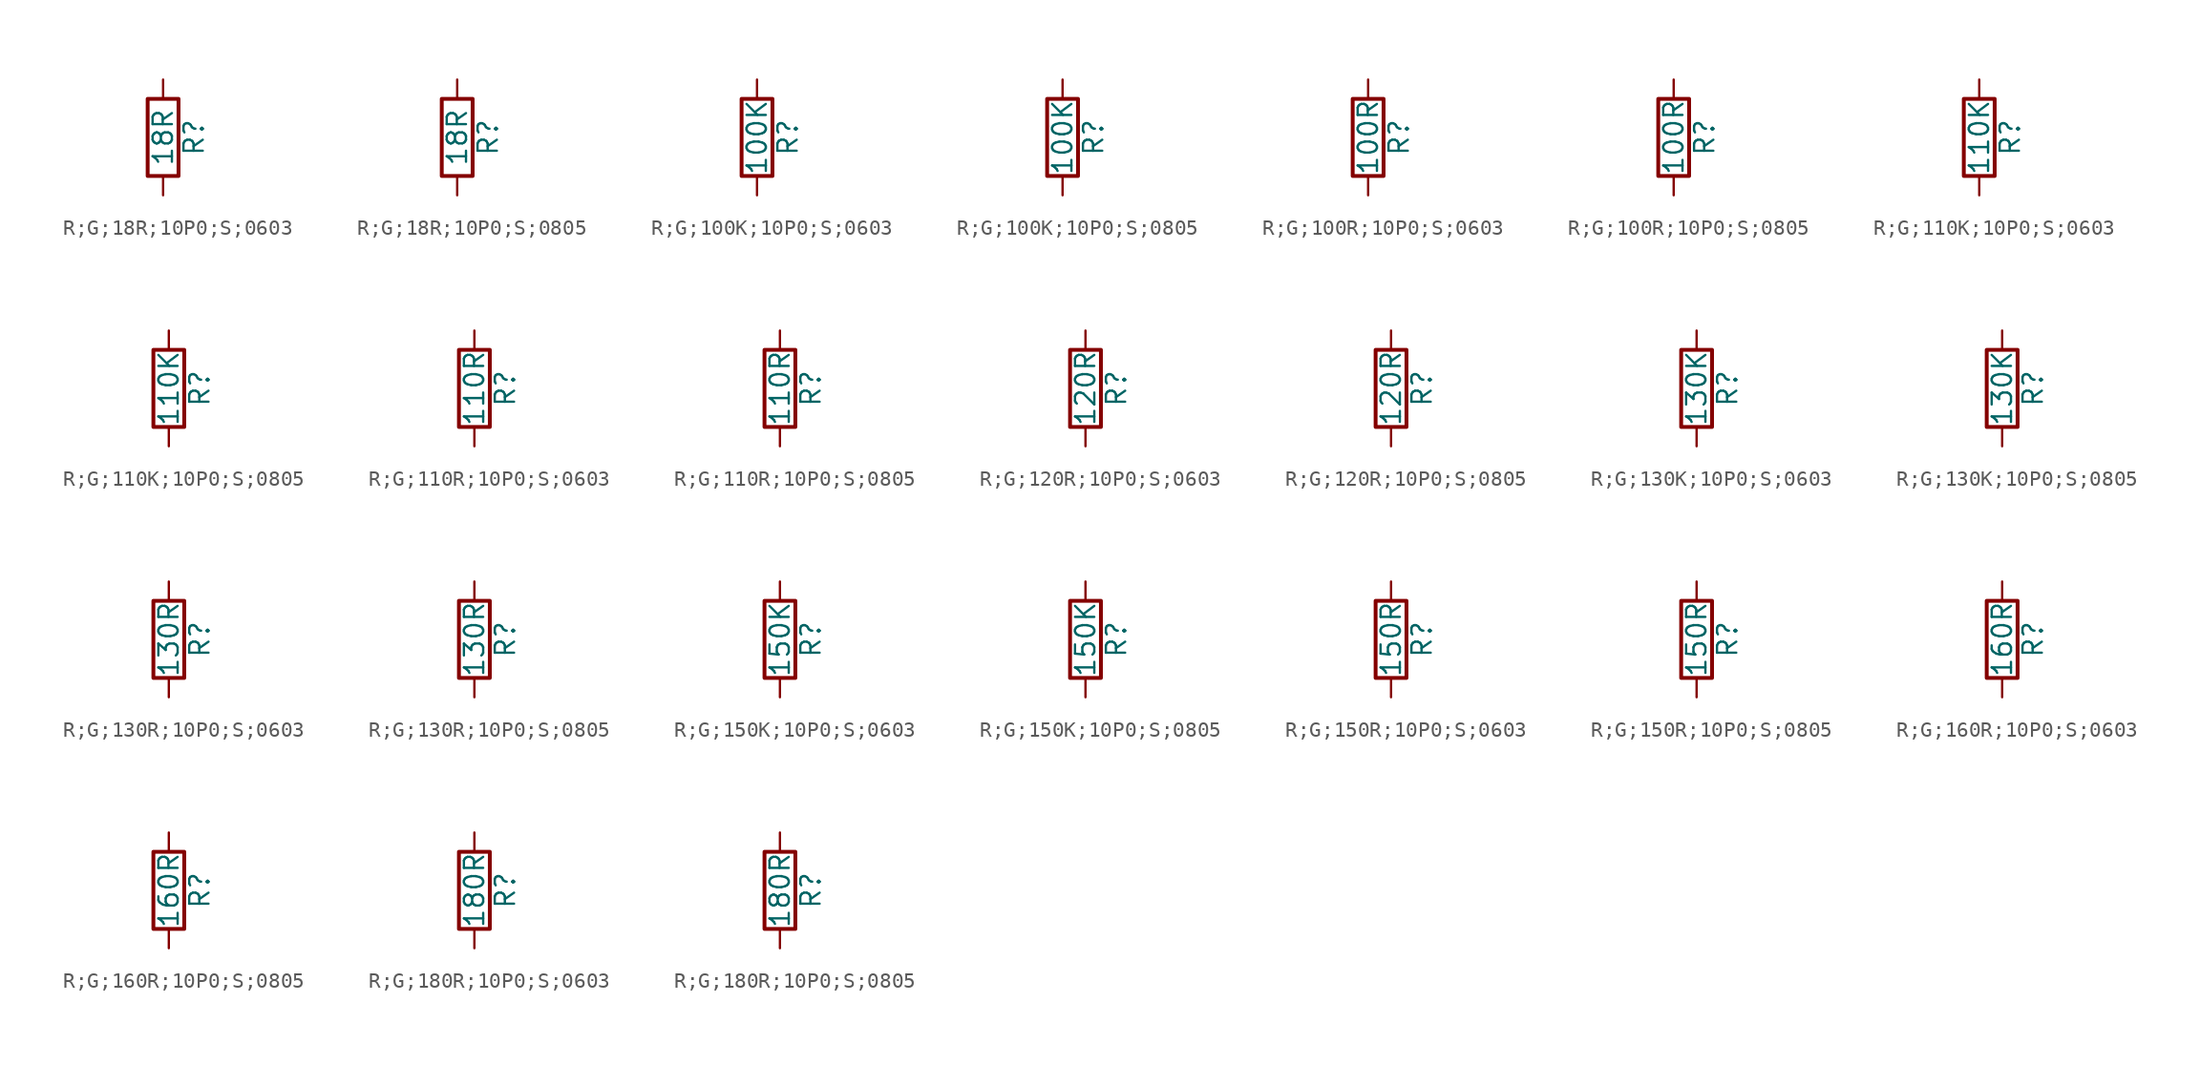
<source format=kicad_sym>
(kicad_symbol_lib
  (version 20231120)
  (generator "kicad_symbol_editor")
  (generator_version "8.0")
  (symbol "R;G;18R;10P0;S;0603"
    (pin_numbers hide)
    (pin_names
      (offset 0))
    (property "Reference" "R"
      (at 2.032 0 90)
      (effects (font (size 1.27 1.27))))
    (property "Value" "18R"
      (at 0 0 90)
      (effects (font (size 1.27 1.27))))
    (symbol "R;G;18R;10P0;S;0603_0_1"
      (rectangle (start -1.016 -2.54) (end 1.016 2.54) (stroke (width 0.254) (type default)) (fill (type none))))
    (symbol "R;G;18R;10P0;S;0603_1_1"
      (pin passive line (at 0 3.81 270) (length 1.27) (name "~" (effects (font (size 1.27 1.27)))) (number "1" (effects (font (size 1.27 1.27)))))
      (pin passive line (at 0 -3.81 90) (length 1.27) (name "~" (effects (font (size 1.27 1.27)))) (number "2" (effects (font (size 1.27 1.27)))))))
  (symbol "R;G;18R;10P0;S;0805"
    (pin_numbers hide)
    (pin_names
      (offset 0))
    (property "Reference" "R"
      (at 2.032 0 90)
      (effects (font (size 1.27 1.27))))
    (property "Value" "18R"
      (at 0 0 90)
      (effects (font (size 1.27 1.27))))
    (symbol "R;G;18R;10P0;S;0805_0_1"
      (rectangle (start -1.016 -2.54) (end 1.016 2.54) (stroke (width 0.254) (type default)) (fill (type none))))
    (symbol "R;G;18R;10P0;S;0805_1_1"
      (pin passive line (at 0 3.81 270) (length 1.27) (name "~" (effects (font (size 1.27 1.27)))) (number "1" (effects (font (size 1.27 1.27)))))
      (pin passive line (at 0 -3.81 90) (length 1.27) (name "~" (effects (font (size 1.27 1.27)))) (number "2" (effects (font (size 1.27 1.27)))))))
  (symbol "R;G;100K;10P0;S;0603"
    (pin_numbers hide)
    (pin_names
      (offset 0))
    (property "Reference" "R"
      (at 2.032 0 90)
      (effects (font (size 1.27 1.27))))
    (property "Value" "100K"
      (at 0 0 90)
      (effects (font (size 1.27 1.27))))
    (symbol "R;G;100K;10P0;S;0603_0_1"
      (rectangle (start -1.016 -2.54) (end 1.016 2.54) (stroke (width 0.254) (type default)) (fill (type none))))
    (symbol "R;G;100K;10P0;S;0603_1_1"
      (pin passive line (at 0 3.81 270) (length 1.27) (name "~" (effects (font (size 1.27 1.27)))) (number "1" (effects (font (size 1.27 1.27)))))
      (pin passive line (at 0 -3.81 90) (length 1.27) (name "~" (effects (font (size 1.27 1.27)))) (number "2" (effects (font (size 1.27 1.27)))))))
  (symbol "R;G;100K;10P0;S;0805"
    (pin_numbers hide)
    (pin_names
      (offset 0))
    (property "Reference" "R"
      (at 2.032 0 90)
      (effects (font (size 1.27 1.27))))
    (property "Value" "100K"
      (at 0 0 90)
      (effects (font (size 1.27 1.27))))
    (symbol "R;G;100K;10P0;S;0805_0_1"
      (rectangle (start -1.016 -2.54) (end 1.016 2.54) (stroke (width 0.254) (type default)) (fill (type none))))
    (symbol "R;G;100K;10P0;S;0805_1_1"
      (pin passive line (at 0 3.81 270) (length 1.27) (name "~" (effects (font (size 1.27 1.27)))) (number "1" (effects (font (size 1.27 1.27)))))
      (pin passive line (at 0 -3.81 90) (length 1.27) (name "~" (effects (font (size 1.27 1.27)))) (number "2" (effects (font (size 1.27 1.27)))))))
  (symbol "R;G;100R;10P0;S;0603"
    (pin_numbers hide)
    (pin_names
      (offset 0))
    (property "Reference" "R"
      (at 2.032 0 90)
      (effects (font (size 1.27 1.27))))
    (property "Value" "100R"
      (at 0 0 90)
      (effects (font (size 1.27 1.27))))
    (symbol "R;G;100R;10P0;S;0603_0_1"
      (rectangle (start -1.016 -2.54) (end 1.016 2.54) (stroke (width 0.254) (type default)) (fill (type none))))
    (symbol "R;G;100R;10P0;S;0603_1_1"
      (pin passive line (at 0 3.81 270) (length 1.27) (name "~" (effects (font (size 1.27 1.27)))) (number "1" (effects (font (size 1.27 1.27)))))
      (pin passive line (at 0 -3.81 90) (length 1.27) (name "~" (effects (font (size 1.27 1.27)))) (number "2" (effects (font (size 1.27 1.27)))))))
  (symbol "R;G;100R;10P0;S;0805"
    (pin_numbers hide)
    (pin_names
      (offset 0))
    (property "Reference" "R"
      (at 2.032 0 90)
      (effects (font (size 1.27 1.27))))
    (property "Value" "100R"
      (at 0 0 90)
      (effects (font (size 1.27 1.27))))
    (symbol "R;G;100R;10P0;S;0805_0_1"
      (rectangle (start -1.016 -2.54) (end 1.016 2.54) (stroke (width 0.254) (type default)) (fill (type none))))
    (symbol "R;G;100R;10P0;S;0805_1_1"
      (pin passive line (at 0 3.81 270) (length 1.27) (name "~" (effects (font (size 1.27 1.27)))) (number "1" (effects (font (size 1.27 1.27)))))
      (pin passive line (at 0 -3.81 90) (length 1.27) (name "~" (effects (font (size 1.27 1.27)))) (number "2" (effects (font (size 1.27 1.27)))))))
  (symbol "R;G;110K;10P0;S;0603"
    (pin_numbers hide)
    (pin_names
      (offset 0))
    (property "Reference" "R"
      (at 2.032 0 90)
      (effects (font (size 1.27 1.27))))
    (property "Value" "110K"
      (at 0 0 90)
      (effects (font (size 1.27 1.27))))
    (symbol "R;G;110K;10P0;S;0603_0_1"
      (rectangle (start -1.016 -2.54) (end 1.016 2.54) (stroke (width 0.254) (type default)) (fill (type none))))
    (symbol "R;G;110K;10P0;S;0603_1_1"
      (pin passive line (at 0 3.81 270) (length 1.27) (name "~" (effects (font (size 1.27 1.27)))) (number "1" (effects (font (size 1.27 1.27)))))
      (pin passive line (at 0 -3.81 90) (length 1.27) (name "~" (effects (font (size 1.27 1.27)))) (number "2" (effects (font (size 1.27 1.27)))))))
  (symbol "R;G;110K;10P0;S;0805"
    (pin_numbers hide)
    (pin_names
      (offset 0))
    (property "Reference" "R"
      (at 2.032 0 90)
      (effects (font (size 1.27 1.27))))
    (property "Value" "110K"
      (at 0 0 90)
      (effects (font (size 1.27 1.27))))
    (symbol "R;G;110K;10P0;S;0805_0_1"
      (rectangle (start -1.016 -2.54) (end 1.016 2.54) (stroke (width 0.254) (type default)) (fill (type none))))
    (symbol "R;G;110K;10P0;S;0805_1_1"
      (pin passive line (at 0 3.81 270) (length 1.27) (name "~" (effects (font (size 1.27 1.27)))) (number "1" (effects (font (size 1.27 1.27)))))
      (pin passive line (at 0 -3.81 90) (length 1.27) (name "~" (effects (font (size 1.27 1.27)))) (number "2" (effects (font (size 1.27 1.27)))))))
  (symbol "R;G;110R;10P0;S;0603"
    (pin_numbers hide)
    (pin_names
      (offset 0))
    (property "Reference" "R"
      (at 2.032 0 90)
      (effects (font (size 1.27 1.27))))
    (property "Value" "110R"
      (at 0 0 90)
      (effects (font (size 1.27 1.27))))
    (symbol "R;G;110R;10P0;S;0603_0_1"
      (rectangle (start -1.016 -2.54) (end 1.016 2.54) (stroke (width 0.254) (type default)) (fill (type none))))
    (symbol "R;G;110R;10P0;S;0603_1_1"
      (pin passive line (at 0 3.81 270) (length 1.27) (name "~" (effects (font (size 1.27 1.27)))) (number "1" (effects (font (size 1.27 1.27)))))
      (pin passive line (at 0 -3.81 90) (length 1.27) (name "~" (effects (font (size 1.27 1.27)))) (number "2" (effects (font (size 1.27 1.27)))))))
  (symbol "R;G;110R;10P0;S;0805"
    (pin_numbers hide)
    (pin_names
      (offset 0))
    (property "Reference" "R"
      (at 2.032 0 90)
      (effects (font (size 1.27 1.27))))
    (property "Value" "110R"
      (at 0 0 90)
      (effects (font (size 1.27 1.27))))
    (symbol "R;G;110R;10P0;S;0805_0_1"
      (rectangle (start -1.016 -2.54) (end 1.016 2.54) (stroke (width 0.254) (type default)) (fill (type none))))
    (symbol "R;G;110R;10P0;S;0805_1_1"
      (pin passive line (at 0 3.81 270) (length 1.27) (name "~" (effects (font (size 1.27 1.27)))) (number "1" (effects (font (size 1.27 1.27)))))
      (pin passive line (at 0 -3.81 90) (length 1.27) (name "~" (effects (font (size 1.27 1.27)))) (number "2" (effects (font (size 1.27 1.27)))))))
  (symbol "R;G;120R;10P0;S;0603"
    (pin_numbers hide)
    (pin_names
      (offset 0))
    (property "Reference" "R"
      (at 2.032 0 90)
      (effects (font (size 1.27 1.27))))
    (property "Value" "120R"
      (at 0 0 90)
      (effects (font (size 1.27 1.27))))
    (symbol "R;G;120R;10P0;S;0603_0_1"
      (rectangle (start -1.016 -2.54) (end 1.016 2.54) (stroke (width 0.254) (type default)) (fill (type none))))
    (symbol "R;G;120R;10P0;S;0603_1_1"
      (pin passive line (at 0 3.81 270) (length 1.27) (name "~" (effects (font (size 1.27 1.27)))) (number "1" (effects (font (size 1.27 1.27)))))
      (pin passive line (at 0 -3.81 90) (length 1.27) (name "~" (effects (font (size 1.27 1.27)))) (number "2" (effects (font (size 1.27 1.27)))))))
  (symbol "R;G;120R;10P0;S;0805"
    (pin_numbers hide)
    (pin_names
      (offset 0))
    (property "Reference" "R"
      (at 2.032 0 90)
      (effects (font (size 1.27 1.27))))
    (property "Value" "120R"
      (at 0 0 90)
      (effects (font (size 1.27 1.27))))
    (symbol "R;G;120R;10P0;S;0805_0_1"
      (rectangle (start -1.016 -2.54) (end 1.016 2.54) (stroke (width 0.254) (type default)) (fill (type none))))
    (symbol "R;G;120R;10P0;S;0805_1_1"
      (pin passive line (at 0 3.81 270) (length 1.27) (name "~" (effects (font (size 1.27 1.27)))) (number "1" (effects (font (size 1.27 1.27)))))
      (pin passive line (at 0 -3.81 90) (length 1.27) (name "~" (effects (font (size 1.27 1.27)))) (number "2" (effects (font (size 1.27 1.27)))))))
  (symbol "R;G;130K;10P0;S;0603"
    (pin_numbers hide)
    (pin_names
      (offset 0))
    (property "Reference" "R"
      (at 2.032 0 90)
      (effects (font (size 1.27 1.27))))
    (property "Value" "130K"
      (at 0 0 90)
      (effects (font (size 1.27 1.27))))
    (symbol "R;G;130K;10P0;S;0603_0_1"
      (rectangle (start -1.016 -2.54) (end 1.016 2.54) (stroke (width 0.254) (type default)) (fill (type none))))
    (symbol "R;G;130K;10P0;S;0603_1_1"
      (pin passive line (at 0 3.81 270) (length 1.27) (name "~" (effects (font (size 1.27 1.27)))) (number "1" (effects (font (size 1.27 1.27)))))
      (pin passive line (at 0 -3.81 90) (length 1.27) (name "~" (effects (font (size 1.27 1.27)))) (number "2" (effects (font (size 1.27 1.27)))))))
  (symbol "R;G;130K;10P0;S;0805"
    (pin_numbers hide)
    (pin_names
      (offset 0))
    (property "Reference" "R"
      (at 2.032 0 90)
      (effects (font (size 1.27 1.27))))
    (property "Value" "130K"
      (at 0 0 90)
      (effects (font (size 1.27 1.27))))
    (symbol "R;G;130K;10P0;S;0805_0_1"
      (rectangle (start -1.016 -2.54) (end 1.016 2.54) (stroke (width 0.254) (type default)) (fill (type none))))
    (symbol "R;G;130K;10P0;S;0805_1_1"
      (pin passive line (at 0 3.81 270) (length 1.27) (name "~" (effects (font (size 1.27 1.27)))) (number "1" (effects (font (size 1.27 1.27)))))
      (pin passive line (at 0 -3.81 90) (length 1.27) (name "~" (effects (font (size 1.27 1.27)))) (number "2" (effects (font (size 1.27 1.27)))))))
  (symbol "R;G;130R;10P0;S;0603"
    (pin_numbers hide)
    (pin_names
      (offset 0))
    (property "Reference" "R"
      (at 2.032 0 90)
      (effects (font (size 1.27 1.27))))
    (property "Value" "130R"
      (at 0 0 90)
      (effects (font (size 1.27 1.27))))
    (symbol "R;G;130R;10P0;S;0603_0_1"
      (rectangle (start -1.016 -2.54) (end 1.016 2.54) (stroke (width 0.254) (type default)) (fill (type none))))
    (symbol "R;G;130R;10P0;S;0603_1_1"
      (pin passive line (at 0 3.81 270) (length 1.27) (name "~" (effects (font (size 1.27 1.27)))) (number "1" (effects (font (size 1.27 1.27)))))
      (pin passive line (at 0 -3.81 90) (length 1.27) (name "~" (effects (font (size 1.27 1.27)))) (number "2" (effects (font (size 1.27 1.27)))))))
  (symbol "R;G;130R;10P0;S;0805"
    (pin_numbers hide)
    (pin_names
      (offset 0))
    (property "Reference" "R"
      (at 2.032 0 90)
      (effects (font (size 1.27 1.27))))
    (property "Value" "130R"
      (at 0 0 90)
      (effects (font (size 1.27 1.27))))
    (symbol "R;G;130R;10P0;S;0805_0_1"
      (rectangle (start -1.016 -2.54) (end 1.016 2.54) (stroke (width 0.254) (type default)) (fill (type none))))
    (symbol "R;G;130R;10P0;S;0805_1_1"
      (pin passive line (at 0 3.81 270) (length 1.27) (name "~" (effects (font (size 1.27 1.27)))) (number "1" (effects (font (size 1.27 1.27)))))
      (pin passive line (at 0 -3.81 90) (length 1.27) (name "~" (effects (font (size 1.27 1.27)))) (number "2" (effects (font (size 1.27 1.27)))))))
  (symbol "R;G;150K;10P0;S;0603"
    (pin_numbers hide)
    (pin_names
      (offset 0))
    (property "Reference" "R"
      (at 2.032 0 90)
      (effects (font (size 1.27 1.27))))
    (property "Value" "150K"
      (at 0 0 90)
      (effects (font (size 1.27 1.27))))
    (symbol "R;G;150K;10P0;S;0603_0_1"
      (rectangle (start -1.016 -2.54) (end 1.016 2.54) (stroke (width 0.254) (type default)) (fill (type none))))
    (symbol "R;G;150K;10P0;S;0603_1_1"
      (pin passive line (at 0 3.81 270) (length 1.27) (name "~" (effects (font (size 1.27 1.27)))) (number "1" (effects (font (size 1.27 1.27)))))
      (pin passive line (at 0 -3.81 90) (length 1.27) (name "~" (effects (font (size 1.27 1.27)))) (number "2" (effects (font (size 1.27 1.27)))))))
  (symbol "R;G;150K;10P0;S;0805"
    (pin_numbers hide)
    (pin_names
      (offset 0))
    (property "Reference" "R"
      (at 2.032 0 90)
      (effects (font (size 1.27 1.27))))
    (property "Value" "150K"
      (at 0 0 90)
      (effects (font (size 1.27 1.27))))
    (symbol "R;G;150K;10P0;S;0805_0_1"
      (rectangle (start -1.016 -2.54) (end 1.016 2.54) (stroke (width 0.254) (type default)) (fill (type none))))
    (symbol "R;G;150K;10P0;S;0805_1_1"
      (pin passive line (at 0 3.81 270) (length 1.27) (name "~" (effects (font (size 1.27 1.27)))) (number "1" (effects (font (size 1.27 1.27)))))
      (pin passive line (at 0 -3.81 90) (length 1.27) (name "~" (effects (font (size 1.27 1.27)))) (number "2" (effects (font (size 1.27 1.27)))))))
  (symbol "R;G;150R;10P0;S;0603"
    (pin_numbers hide)
    (pin_names
      (offset 0))
    (property "Reference" "R"
      (at 2.032 0 90)
      (effects (font (size 1.27 1.27))))
    (property "Value" "150R"
      (at 0 0 90)
      (effects (font (size 1.27 1.27))))
    (symbol "R;G;150R;10P0;S;0603_0_1"
      (rectangle (start -1.016 -2.54) (end 1.016 2.54) (stroke (width 0.254) (type default)) (fill (type none))))
    (symbol "R;G;150R;10P0;S;0603_1_1"
      (pin passive line (at 0 3.81 270) (length 1.27) (name "~" (effects (font (size 1.27 1.27)))) (number "1" (effects (font (size 1.27 1.27)))))
      (pin passive line (at 0 -3.81 90) (length 1.27) (name "~" (effects (font (size 1.27 1.27)))) (number "2" (effects (font (size 1.27 1.27)))))))
  (symbol "R;G;150R;10P0;S;0805"
    (pin_numbers hide)
    (pin_names
      (offset 0))
    (property "Reference" "R"
      (at 2.032 0 90)
      (effects (font (size 1.27 1.27))))
    (property "Value" "150R"
      (at 0 0 90)
      (effects (font (size 1.27 1.27))))
    (symbol "R;G;150R;10P0;S;0805_0_1"
      (rectangle (start -1.016 -2.54) (end 1.016 2.54) (stroke (width 0.254) (type default)) (fill (type none))))
    (symbol "R;G;150R;10P0;S;0805_1_1"
      (pin passive line (at 0 3.81 270) (length 1.27) (name "~" (effects (font (size 1.27 1.27)))) (number "1" (effects (font (size 1.27 1.27)))))
      (pin passive line (at 0 -3.81 90) (length 1.27) (name "~" (effects (font (size 1.27 1.27)))) (number "2" (effects (font (size 1.27 1.27)))))))
  (symbol "R;G;160R;10P0;S;0603"
    (pin_numbers hide)
    (pin_names
      (offset 0))
    (property "Reference" "R"
      (at 2.032 0 90)
      (effects (font (size 1.27 1.27))))
    (property "Value" "160R"
      (at 0 0 90)
      (effects (font (size 1.27 1.27))))
    (symbol "R;G;160R;10P0;S;0603_0_1"
      (rectangle (start -1.016 -2.54) (end 1.016 2.54) (stroke (width 0.254) (type default)) (fill (type none))))
    (symbol "R;G;160R;10P0;S;0603_1_1"
      (pin passive line (at 0 3.81 270) (length 1.27) (name "~" (effects (font (size 1.27 1.27)))) (number "1" (effects (font (size 1.27 1.27)))))
      (pin passive line (at 0 -3.81 90) (length 1.27) (name "~" (effects (font (size 1.27 1.27)))) (number "2" (effects (font (size 1.27 1.27)))))))
  (symbol "R;G;160R;10P0;S;0805"
    (pin_numbers hide)
    (pin_names
      (offset 0))
    (property "Reference" "R"
      (at 2.032 0 90)
      (effects (font (size 1.27 1.27))))
    (property "Value" "160R"
      (at 0 0 90)
      (effects (font (size 1.27 1.27))))
    (symbol "R;G;160R;10P0;S;0805_0_1"
      (rectangle (start -1.016 -2.54) (end 1.016 2.54) (stroke (width 0.254) (type default)) (fill (type none))))
    (symbol "R;G;160R;10P0;S;0805_1_1"
      (pin passive line (at 0 3.81 270) (length 1.27) (name "~" (effects (font (size 1.27 1.27)))) (number "1" (effects (font (size 1.27 1.27)))))
      (pin passive line (at 0 -3.81 90) (length 1.27) (name "~" (effects (font (size 1.27 1.27)))) (number "2" (effects (font (size 1.27 1.27)))))))
  (symbol "R;G;180R;10P0;S;0603"
    (pin_numbers hide)
    (pin_names
      (offset 0))
    (property "Reference" "R"
      (at 2.032 0 90)
      (effects (font (size 1.27 1.27))))
    (property "Value" "180R"
      (at 0 0 90)
      (effects (font (size 1.27 1.27))))
    (symbol "R;G;180R;10P0;S;0603_0_1"
      (rectangle (start -1.016 -2.54) (end 1.016 2.54) (stroke (width 0.254) (type default)) (fill (type none))))
    (symbol "R;G;180R;10P0;S;0603_1_1"
      (pin passive line (at 0 3.81 270) (length 1.27) (name "~" (effects (font (size 1.27 1.27)))) (number "1" (effects (font (size 1.27 1.27)))))
      (pin passive line (at 0 -3.81 90) (length 1.27) (name "~" (effects (font (size 1.27 1.27)))) (number "2" (effects (font (size 1.27 1.27)))))))
  (symbol "R;G;180R;10P0;S;0805"
    (pin_numbers hide)
    (pin_names
      (offset 0))
    (property "Reference" "R"
      (at 2.032 0 90)
      (effects (font (size 1.27 1.27))))
    (property "Value" "180R"
      (at 0 0 90)
      (effects (font (size 1.27 1.27))))
    (symbol "R;G;180R;10P0;S;0805_0_1"
      (rectangle (start -1.016 -2.54) (end 1.016 2.54) (stroke (width 0.254) (type default)) (fill (type none))))
    (symbol "R;G;180R;10P0;S;0805_1_1"
      (pin passive line (at 0 3.81 270) (length 1.27) (name "~" (effects (font (size 1.27 1.27)))) (number "1" (effects (font (size 1.27 1.27)))))
      (pin passive line (at 0 -3.81 90) (length 1.27) (name "~" (effects (font (size 1.27 1.27)))) (number "2" (effects (font (size 1.27 1.27))))))))
</source>
